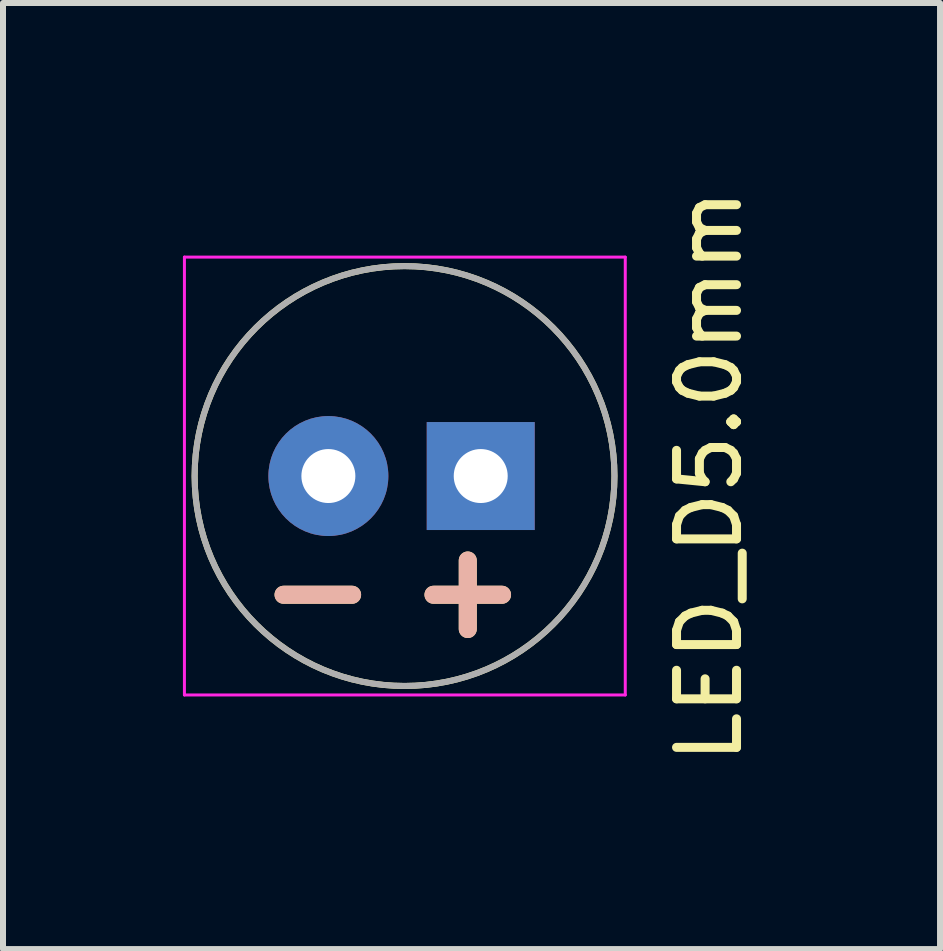
<source format=kicad_pcb>
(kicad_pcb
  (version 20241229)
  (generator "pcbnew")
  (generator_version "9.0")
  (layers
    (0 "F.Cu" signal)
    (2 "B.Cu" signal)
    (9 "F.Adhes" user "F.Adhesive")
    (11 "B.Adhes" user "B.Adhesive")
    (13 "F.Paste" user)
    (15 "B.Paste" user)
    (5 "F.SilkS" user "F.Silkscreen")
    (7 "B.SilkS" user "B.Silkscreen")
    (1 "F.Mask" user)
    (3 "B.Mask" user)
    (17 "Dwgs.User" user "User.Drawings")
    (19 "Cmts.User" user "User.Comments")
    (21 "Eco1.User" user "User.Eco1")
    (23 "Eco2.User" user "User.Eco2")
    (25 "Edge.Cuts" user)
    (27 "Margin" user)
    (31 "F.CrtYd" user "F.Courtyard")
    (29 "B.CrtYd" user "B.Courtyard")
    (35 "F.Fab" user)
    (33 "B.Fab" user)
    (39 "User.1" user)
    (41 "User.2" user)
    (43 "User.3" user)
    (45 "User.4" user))
  (footprint "LED_D5.0mm"
    (layer "F.Cu")
    (at 2.425 4.887)
    (property "Reference" "LED_D5.0mm" (at 6.35 0 270) (layer "F.SilkS") (effects (font (size 1 1) (thickness 0.15))))
    (attr through_hole)
    (fp_circle (center 1.27 0) (end 4.77 0) (stroke (width 0.1) (type solid)) (fill no) (layer "F.SilkS"))
    (fp_line (start -2.4 -3.65) (end -2.4 3.65) (stroke (width 0.05) (type solid)) (layer "F.CrtYd"))
    (fp_line (start -2.4 3.65) (end 4.95 3.65) (stroke (width 0.05) (type solid)) (layer "F.CrtYd"))
    (fp_line (start 4.95 -3.65) (end -2.4 -3.65) (stroke (width 0.05) (type solid)) (layer "F.CrtYd"))
    (fp_line (start 4.95 3.65) (end 4.95 -3.65) (stroke (width 0.05) (type solid)) (layer "F.CrtYd"))
    (fp_circle (center 1.27 0) (end 4.77 0) (stroke (width 0.1) (type solid)) (fill no) (layer "F.Fab"))
    (fp_text user "-" (at 0.95 2.75 0) (unlocked yes) (layer "F.SilkS") (effects (font (size 1.5 1.5) (thickness 0.3) (bold yes)) (justify left bottom mirror)))
    (fp_text user "+" (at 3.45 2.75 0) (unlocked yes) (layer "F.SilkS") (effects (font (size 1.5 1.5) (thickness 0.3) (bold yes)) (justify left bottom mirror)))
    (fp_text user "-" (at 0.95 2.75 0) (unlocked yes) (layer "B.SilkS") (effects (font (size 1.5 1.5) (thickness 0.3) (bold yes)) (justify left bottom mirror)))
    (fp_text user "+" (at 3.45 2.75 0) (unlocked yes) (layer "B.SilkS") (effects (font (size 1.5 1.5) (thickness 0.3) (bold yes)) (justify left bottom mirror)))
    (pad "1" thru_hole circle (at 0 0) (size 2 2) (drill 0.9) (layers "*.Cu" "*.Mask"))
    (pad "2" thru_hole rect (at 2.54 0) (size 1.8 1.8) (drill 0.9) (layers "*.Cu" "*.Mask")))
  (gr_rect
    (start -3 -3)
    (end 12.623 12.774)
    (stroke (width 0.1) (type default))
    (fill no)
    (layer "Edge.Cuts")))
</source>
